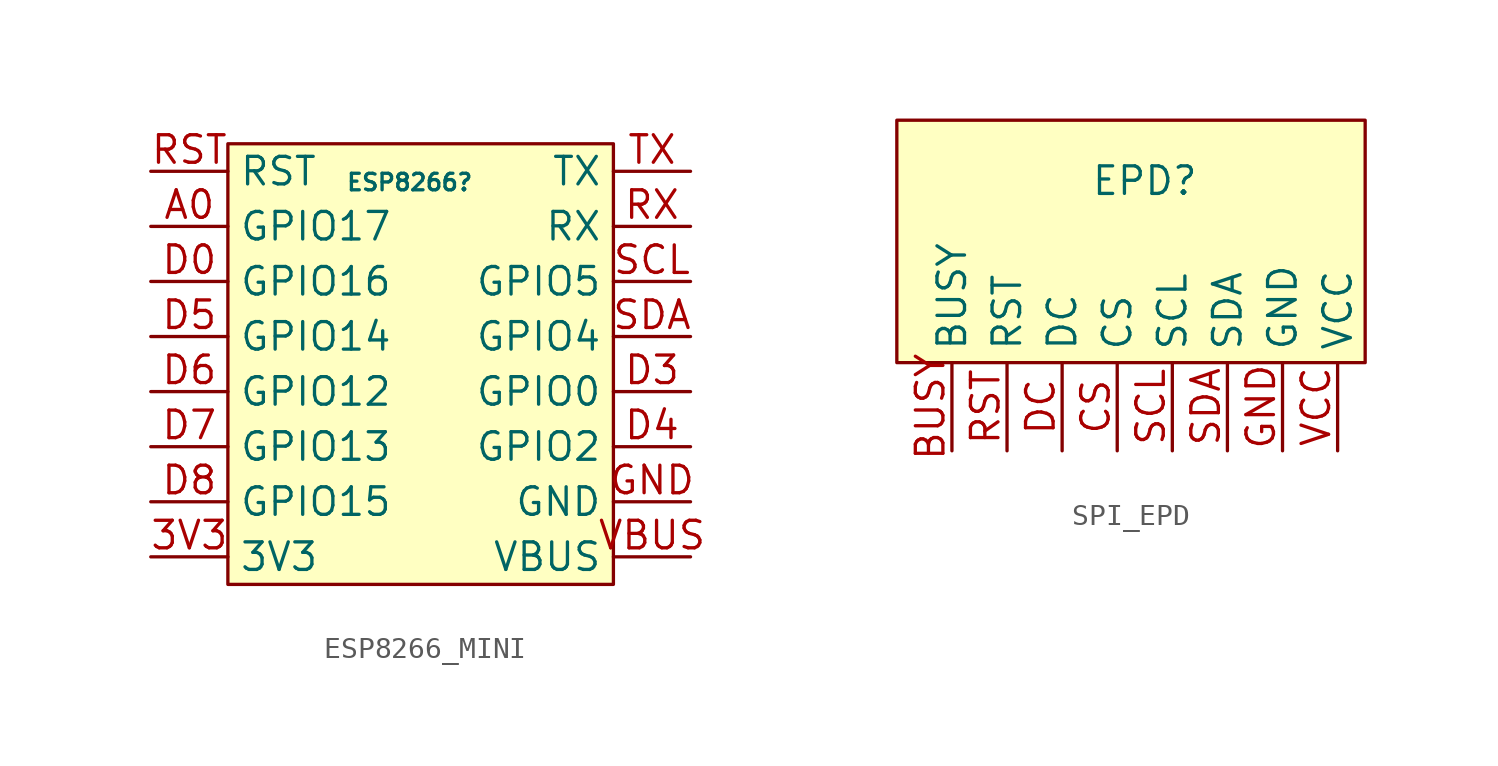
<source format=kicad_sym>
(kicad_symbol_lib
  (version 20231120)
  (generator "kicad_symbol_editor")
  (generator_version "8.0")
  (symbol "ESP8266_MINI"
    (property "Reference" "ESP8266"
      (at -0.508 8.382 0)
      (effects (font (size 0.762 0.762))))
    (property "Value" ""
      (at 0 0 0)
      (effects (font (size 1.27 1.27))))
    (symbol "ESP8266_MINI_1_1"
      (rectangle (start -8.89 10.16) (end 8.89 -10.16) (stroke (width 0) (type default)) (fill (type background)))
      (pin power_out line (at -12.446 -8.89 0) (length 3.556) (name "3V3" (effects (font (size 1.27 1.27)))) (number "3V3" (effects (font (size 1.27 1.27)))))
      (pin input line (at -12.446 6.35 0) (length 3.556) (name "GPIO17" (effects (font (size 1.27 1.27)))) (number "A0" (effects (font (size 1.27 1.27)))))
      (pin bidirectional line (at -12.446 3.81 0) (length 3.556) (name "GPIO16" (effects (font (size 1.27 1.27)))) (number "D0" (effects (font (size 1.27 1.27)))))
      (pin free line (at 12.446 -1.27 180) (length 3.556) (name "GPIO0" (effects (font (size 1.27 1.27)))) (number "D3" (effects (font (size 1.27 1.27)))))
      (pin free line (at 12.446 -3.81 180) (length 3.556) (name "GPIO2" (effects (font (size 1.27 1.27)))) (number "D4" (effects (font (size 1.27 1.27)))))
      (pin bidirectional line (at -12.446 1.27 0) (length 3.556) (name "GPIO14" (effects (font (size 1.27 1.27)))) (number "D5" (effects (font (size 1.27 1.27)))))
      (pin bidirectional line (at -12.446 -1.27 0) (length 3.556) (name "GPIO12" (effects (font (size 1.27 1.27)))) (number "D6" (effects (font (size 1.27 1.27)))))
      (pin bidirectional line (at -12.446 -3.81 0) (length 3.556) (name "GPIO13" (effects (font (size 1.27 1.27)))) (number "D7" (effects (font (size 1.27 1.27)))))
      (pin bidirectional line (at -12.446 -6.35 0) (length 3.556) (name "GPIO15" (effects (font (size 1.27 1.27)))) (number "D8" (effects (font (size 1.27 1.27)))))
      (pin free line (at 12.446 -6.35 180) (length 3.556) (name "GND" (effects (font (size 1.27 1.27)))) (number "GND" (effects (font (size 1.27 1.27)))))
      (pin input line (at -12.446 8.89 0) (length 3.556) (name "RST" (effects (font (size 1.27 1.27)))) (number "RST" (effects (font (size 1.27 1.27)))))
      (pin input line (at 12.446 6.35 180) (length 3.556) (name "RX" (effects (font (size 1.27 1.27)))) (number "RX" (effects (font (size 1.27 1.27)))))
      (pin free line (at 12.446 3.81 180) (length 3.556) (name "GPIO5" (effects (font (size 1.27 1.27)))) (number "SCL" (effects (font (size 1.27 1.27)))))
      (pin free line (at 12.446 1.27 180) (length 3.556) (name "GPIO4" (effects (font (size 1.27 1.27)))) (number "SDA" (effects (font (size 1.27 1.27)))))
      (pin output line (at 12.446 8.89 180) (length 3.556) (name "TX" (effects (font (size 1.27 1.27)))) (number "TX" (effects (font (size 1.27 1.27)))))
      (pin power_in line (at 12.446 -8.89 180) (length 3.556) (name "VBUS" (effects (font (size 1.27 1.27)))) (number "VBUS" (effects (font (size 1.27 1.27)))))))
  (symbol "SPI_EPD"
    (property "Reference" "EPD"
      (at 0 3.556 0)
      (effects (font (size 1.27 1.27))))
    (property "Value" ""
      (at 0 -1.27 0)
      (effects (font (size 1.27 1.27))))
    (symbol "SPI_EPD_1_1"
      (rectangle (start -11.43 6.35) (end 10.16 -4.826) (stroke (width 0) (type default)) (fill (type background)))
      (pin free line (at -8.89 -8.89 90) (length 4.064) (name "BUSY" (effects (font (size 1.27 1.27)))) (number "BUSY" (effects (font (size 1.27 1.27)))))
      (pin free line (at -1.27 -8.89 90) (length 4.064) (name "CS" (effects (font (size 1.27 1.27)))) (number "CS" (effects (font (size 1.27 1.27)))))
      (pin free line (at -3.81 -8.89 90) (length 4.064) (name "DC" (effects (font (size 1.27 1.27)))) (number "DC" (effects (font (size 1.27 1.27)))))
      (pin free line (at 6.35 -8.89 90) (length 4.064) (name "GND" (effects (font (size 1.27 1.27)))) (number "GND" (effects (font (size 1.27 1.27)))))
      (pin free line (at -6.35 -8.89 90) (length 4.064) (name "RST" (effects (font (size 1.27 1.27)))) (number "RST" (effects (font (size 1.27 1.27)))))
      (pin free line (at 1.27 -8.89 90) (length 4.064) (name "SCL" (effects (font (size 1.27 1.27)))) (number "SCL" (effects (font (size 1.27 1.27)))))
      (pin free line (at 3.81 -8.89 90) (length 4.064) (name "SDA" (effects (font (size 1.27 1.27)))) (number "SDA" (effects (font (size 1.27 1.27)))))
      (pin power_in line (at 8.89 -8.89 90) (length 4.064) (name "VCC" (effects (font (size 1.27 1.27)))) (number "VCC" (effects (font (size 1.27 1.27))))))))
</source>
